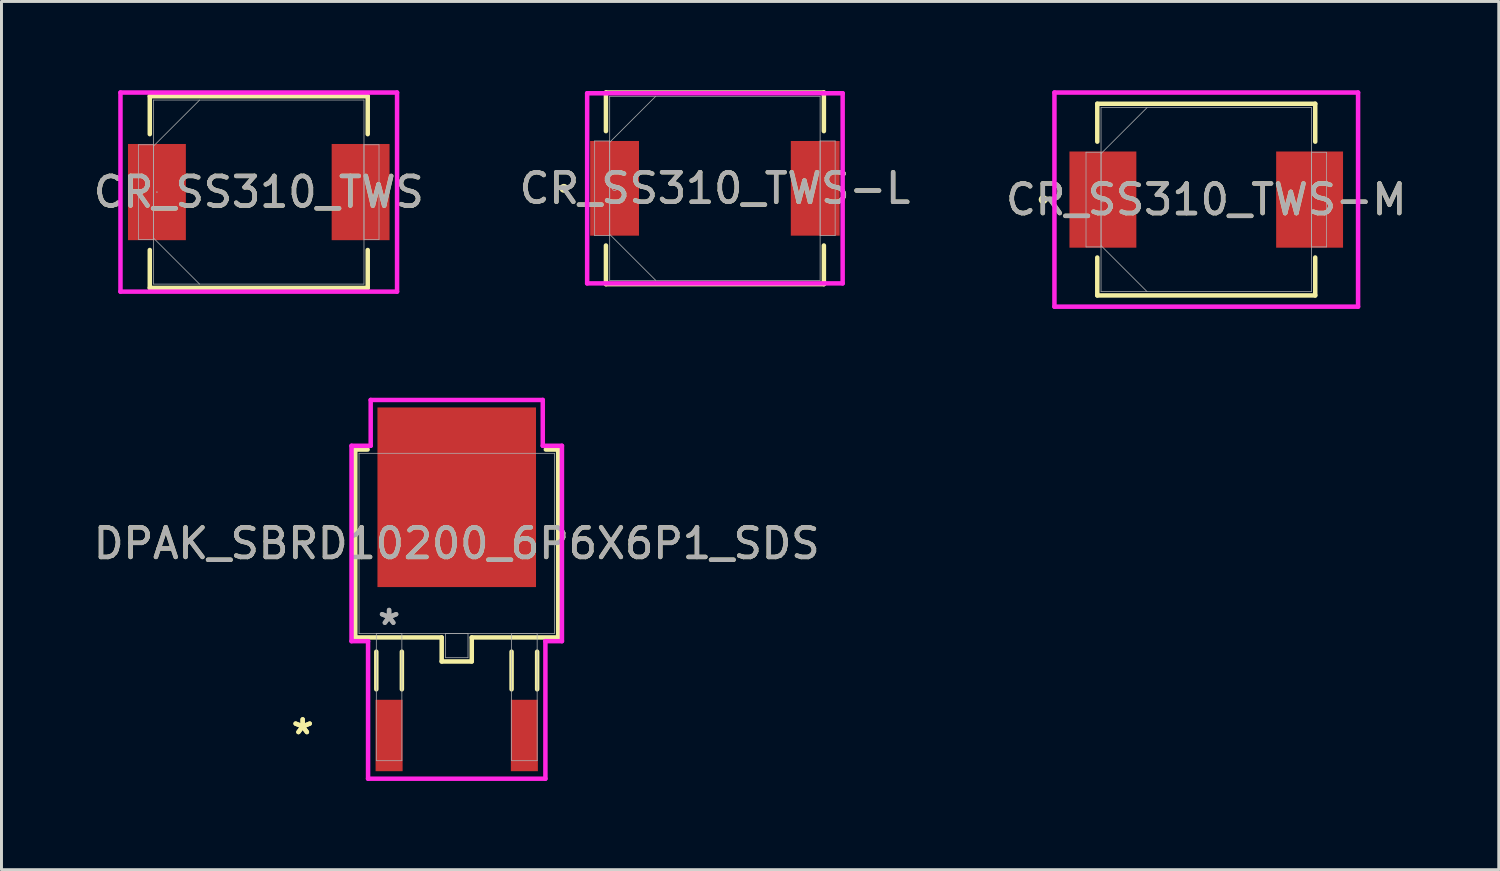
<source format=kicad_pcb>
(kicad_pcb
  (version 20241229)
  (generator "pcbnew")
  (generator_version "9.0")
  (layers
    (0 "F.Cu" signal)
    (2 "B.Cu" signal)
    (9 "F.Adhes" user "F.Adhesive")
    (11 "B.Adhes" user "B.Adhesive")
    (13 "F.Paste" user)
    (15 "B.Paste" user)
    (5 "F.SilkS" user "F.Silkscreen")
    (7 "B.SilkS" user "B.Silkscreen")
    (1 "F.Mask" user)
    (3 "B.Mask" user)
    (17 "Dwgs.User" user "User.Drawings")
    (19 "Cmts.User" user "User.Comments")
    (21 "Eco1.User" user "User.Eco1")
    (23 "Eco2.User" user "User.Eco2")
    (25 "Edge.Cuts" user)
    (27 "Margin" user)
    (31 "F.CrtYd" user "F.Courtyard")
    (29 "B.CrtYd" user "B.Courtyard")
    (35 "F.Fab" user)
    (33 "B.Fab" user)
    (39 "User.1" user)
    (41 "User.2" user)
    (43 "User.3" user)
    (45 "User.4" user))
  (footprint "DPAK_SBRD10200_6P6X6P1_SDS"
    (layer "F.Cu")
    (at 12.387 15.319)
    (property "Reference" "DPAK_SBRD10200_6P6X6P1_SDS" (at 0 0 0) (unlocked yes) (layer "F.SilkS") (effects (font (size 1 1) (thickness 0.15))))
    (attr smd)
    (fp_line (start -3.429 -3.175) (end -3.429 3.175) (stroke (width 0.152) (type solid)) (layer "F.SilkS"))
    (fp_line (start -3.429 3.175) (end -0.508 3.175) (stroke (width 0.152) (type solid)) (layer "F.SilkS"))
    (fp_line (start -3.012 -3.175) (end -3.429 -3.175) (stroke (width 0.152) (type solid)) (layer "F.SilkS"))
    (fp_line (start -2.718 3.658) (end -2.718 4.928) (stroke (width 0.152) (type solid)) (layer "F.SilkS"))
    (fp_line (start -1.854 3.658) (end -1.854 4.928) (stroke (width 0.152) (type solid)) (layer "F.SilkS"))
    (fp_line (start -0.508 3.175) (end -0.508 3.988) (stroke (width 0.152) (type solid)) (layer "F.SilkS"))
    (fp_line (start -0.508 3.988) (end 0.508 3.988) (stroke (width 0.152) (type solid)) (layer "F.SilkS"))
    (fp_line (start 0.508 3.175) (end 3.429 3.175) (stroke (width 0.152) (type solid)) (layer "F.SilkS"))
    (fp_line (start 0.508 3.988) (end 0.508 3.175) (stroke (width 0.152) (type solid)) (layer "F.SilkS"))
    (fp_line (start 1.854 3.658) (end 1.854 4.928) (stroke (width 0.152) (type solid)) (layer "F.SilkS"))
    (fp_line (start 2.718 3.658) (end 2.718 4.928) (stroke (width 0.152) (type solid)) (layer "F.SilkS"))
    (fp_line (start 3.429 -3.175) (end 3.012 -3.175) (stroke (width 0.152) (type solid)) (layer "F.SilkS"))
    (fp_line (start 3.429 3.175) (end 3.429 -3.175) (stroke (width 0.152) (type solid)) (layer "F.SilkS"))
    (fp_line (start -3.556 -3.302) (end -2.908 -3.302) (stroke (width 0.152) (type solid)) (layer "F.CrtYd"))
    (fp_line (start -3.556 3.302) (end -3.556 -3.302) (stroke (width 0.152) (type solid)) (layer "F.CrtYd"))
    (fp_line (start -2.997 3.302) (end -3.556 3.302) (stroke (width 0.152) (type solid)) (layer "F.CrtYd"))
    (fp_line (start -2.997 7.95) (end -2.997 3.302) (stroke (width 0.152) (type solid)) (layer "F.CrtYd"))
    (fp_line (start -2.908 -4.851) (end 2.908 -4.851) (stroke (width 0.152) (type solid)) (layer "F.CrtYd"))
    (fp_line (start -2.908 -3.302) (end -2.908 -4.851) (stroke (width 0.152) (type solid)) (layer "F.CrtYd"))
    (fp_line (start 2.908 -4.851) (end 2.908 -3.302) (stroke (width 0.152) (type solid)) (layer "F.CrtYd"))
    (fp_line (start 2.908 -3.302) (end 3.556 -3.302) (stroke (width 0.152) (type solid)) (layer "F.CrtYd"))
    (fp_line (start 2.997 3.302) (end 2.997 7.95) (stroke (width 0.152) (type solid)) (layer "F.CrtYd"))
    (fp_line (start 2.997 7.95) (end -2.997 7.95) (stroke (width 0.152) (type solid)) (layer "F.CrtYd"))
    (fp_line (start 3.556 -3.302) (end 3.556 3.302) (stroke (width 0.152) (type solid)) (layer "F.CrtYd"))
    (fp_line (start 3.556 3.302) (end 2.997 3.302) (stroke (width 0.152) (type solid)) (layer "F.CrtYd"))
    (fp_line (start -3.302 -3.048) (end -3.302 3.048) (stroke (width 0.025) (type solid)) (layer "F.Fab"))
    (fp_line (start -3.302 3.048) (end 3.302 3.048) (stroke (width 0.025) (type solid)) (layer "F.Fab"))
    (fp_line (start -2.718 3.048) (end -2.718 7.341) (stroke (width 0.025) (type solid)) (layer "F.Fab"))
    (fp_line (start -2.718 7.341) (end -1.854 7.341) (stroke (width 0.025) (type solid)) (layer "F.Fab"))
    (fp_line (start -1.854 3.048) (end -2.718 3.048) (stroke (width 0.025) (type solid)) (layer "F.Fab"))
    (fp_line (start -1.854 7.341) (end -1.854 3.048) (stroke (width 0.025) (type solid)) (layer "F.Fab"))
    (fp_line (start -0.381 3.048) (end -0.381 3.861) (stroke (width 0.025) (type solid)) (layer "F.Fab"))
    (fp_line (start -0.381 3.861) (end 0.381 3.861) (stroke (width 0.025) (type solid)) (layer "F.Fab"))
    (fp_line (start 0.381 3.048) (end -0.381 3.048) (stroke (width 0.025) (type solid)) (layer "F.Fab"))
    (fp_line (start 0.381 3.861) (end 0.381 3.048) (stroke (width 0.025) (type solid)) (layer "F.Fab"))
    (fp_line (start 1.854 3.048) (end 1.854 7.341) (stroke (width 0.025) (type solid)) (layer "F.Fab"))
    (fp_line (start 1.854 7.341) (end 2.718 7.341) (stroke (width 0.025) (type solid)) (layer "F.Fab"))
    (fp_line (start 2.718 3.048) (end 1.854 3.048) (stroke (width 0.025) (type solid)) (layer "F.Fab"))
    (fp_line (start 2.718 7.341) (end 2.718 3.048) (stroke (width 0.025) (type solid)) (layer "F.Fab"))
    (fp_line (start 3.302 -3.048) (end -3.302 -3.048) (stroke (width 0.025) (type solid)) (layer "F.Fab"))
    (fp_line (start 3.302 3.048) (end 3.302 -3.048) (stroke (width 0.025) (type solid)) (layer "F.Fab"))
    (fp_text user "*" (at -5.207 6.49 0) (layer "F.SilkS") (effects (font (size 1 1) (thickness 0.15))))
    (fp_text user "*" (at -5.207 6.49 0) (unlocked yes) (layer "F.SilkS") (effects (font (size 1 1) (thickness 0.15))))
    (fp_text user "${REFERENCE}" (at 0 0 0) (unlocked yes) (layer "F.Fab") (effects (font (size 1 1) (thickness 0.15))))
    (fp_text user "*" (at -2.286 2.794 0) (layer "F.Fab") (effects (font (size 1 1) (thickness 0.15))))
    (fp_text user "*" (at -2.286 2.794 0) (unlocked yes) (layer "F.Fab") (effects (font (size 1 1) (thickness 0.15))))
    (pad "1" smd rect (at -2.286 6.49) (size 0.914 2.413) (layers "F.Cu" "F.Mask" "F.Paste"))
    (pad "2" smd rect (at 0 -1.562) (size 5.359 6.071) (layers "F.Cu" "F.Mask" "F.Paste"))
    (pad "3" smd rect (at 2.286 6.49) (size 0.914 2.413) (layers "F.Cu" "F.Mask" "F.Paste")))
  (footprint "CR_SS310_TWS"
    (layer "F.Cu")
    (at 5.696 3.442)
    (property "Reference" "CR_SS310_TWS" (at 0 0 0) (unlocked yes) (layer "F.SilkS") (effects (font (size 1 1) (thickness 0.15))))
    (attr smd)
    (fp_line (start -3.683 -3.239) (end -3.683 -1.958) (stroke (width 0.152) (type solid)) (layer "F.SilkS"))
    (fp_line (start -3.683 1.958) (end -3.683 3.239) (stroke (width 0.152) (type solid)) (layer "F.SilkS"))
    (fp_line (start -3.683 3.239) (end 3.683 3.239) (stroke (width 0.152) (type solid)) (layer "F.SilkS"))
    (fp_line (start 3.683 -3.239) (end -3.683 -3.239) (stroke (width 0.152) (type solid)) (layer "F.SilkS"))
    (fp_line (start 3.683 -1.958) (end 3.683 -3.239) (stroke (width 0.152) (type solid)) (layer "F.SilkS"))
    (fp_line (start 3.683 3.239) (end 3.683 1.958) (stroke (width 0.152) (type solid)) (layer "F.SilkS"))
    (fp_line (start -4.674 -3.365) (end 4.674 -3.365) (stroke (width 0.152) (type solid)) (layer "F.CrtYd"))
    (fp_line (start -4.674 3.365) (end -4.674 -3.365) (stroke (width 0.152) (type solid)) (layer "F.CrtYd"))
    (fp_line (start 4.674 -3.365) (end 4.674 3.365) (stroke (width 0.152) (type solid)) (layer "F.CrtYd"))
    (fp_line (start 4.674 3.365) (end -4.674 3.365) (stroke (width 0.152) (type solid)) (layer "F.CrtYd"))
    (fp_line (start -4.064 -1.6) (end -4.064 1.6) (stroke (width 0.025) (type solid)) (layer "F.Fab"))
    (fp_line (start -4.064 1.6) (end -3.556 1.6) (stroke (width 0.025) (type solid)) (layer "F.Fab"))
    (fp_line (start -3.556 -3.111) (end -3.556 3.111) (stroke (width 0.025) (type solid)) (layer "F.Fab"))
    (fp_line (start -3.556 -1.6) (end -4.064 -1.6) (stroke (width 0.025) (type solid)) (layer "F.Fab"))
    (fp_line (start -3.556 -1.556) (end -2 -3.111) (stroke (width 0.025) (type solid)) (layer "F.Fab"))
    (fp_line (start -3.556 1.556) (end -2 3.111) (stroke (width 0.025) (type solid)) (layer "F.Fab"))
    (fp_line (start -3.556 1.6) (end -3.556 -1.6) (stroke (width 0.025) (type solid)) (layer "F.Fab"))
    (fp_line (start -3.556 3.111) (end 3.556 3.111) (stroke (width 0.025) (type solid)) (layer "F.Fab"))
    (fp_line (start 3.556 -3.111) (end -3.556 -3.111) (stroke (width 0.025) (type solid)) (layer "F.Fab"))
    (fp_line (start 3.556 -1.6) (end 3.556 1.6) (stroke (width 0.025) (type solid)) (layer "F.Fab"))
    (fp_line (start 3.556 1.6) (end 4.064 1.6) (stroke (width 0.025) (type solid)) (layer "F.Fab"))
    (fp_line (start 3.556 3.111) (end 3.556 -3.111) (stroke (width 0.025) (type solid)) (layer "F.Fab"))
    (fp_line (start 4.064 -1.6) (end 3.556 -1.6) (stroke (width 0.025) (type solid)) (layer "F.Fab"))
    (fp_line (start 4.064 1.6) (end 4.064 -1.6) (stroke (width 0.025) (type solid)) (layer "F.Fab"))
    (fp_circle (center -3.442 0) (end -3.442 0) (stroke (width 0.025) (type solid)) (fill no) (layer "F.Fab"))
    (fp_text user "${REFERENCE}" (at 0 0 0) (unlocked yes) (layer "F.Fab") (effects (font (size 1 1) (thickness 0.15))))
    (pad "1" smd rect (at -3.442 0) (size 1.956 3.251) (layers "F.Cu" "F.Mask" "F.Paste"))
    (pad "2" smd rect (at 3.442 0) (size 1.956 3.251) (layers "F.Cu" "F.Mask" "F.Paste"))
    (zone (net_name "") (layer "F.Cu") (hatch full 0.508) (connect_pads) (min_thickness 0.254) (filled_areas_thickness no) (keepout (tracks not_allowed) (vias not_allowed) (pads allowed) (copperpour not_allowed) (footprints allowed)) (placement (enabled no)) (fill) (polygon (pts (xy 3.283 0.381) (xy 8.109 0.381) (xy 8.109 6.502) (xy 3.283 6.502)))))
  (footprint "CR_SS310_TWS-L"
    (layer "F.Cu")
    (at 21.113 3.315)
    (property "Reference" "CR_SS310_TWS-L" (at 0 0 0) (unlocked yes) (layer "F.SilkS") (effects (font (size 1 1) (thickness 0.15))))
    (attr smd)
    (fp_line (start -3.683 -3.239) (end -3.683 -1.933) (stroke (width 0.152) (type solid)) (layer "F.SilkS"))
    (fp_line (start -3.683 1.933) (end -3.683 3.239) (stroke (width 0.152) (type solid)) (layer "F.SilkS"))
    (fp_line (start -3.683 3.239) (end 3.683 3.239) (stroke (width 0.152) (type solid)) (layer "F.SilkS"))
    (fp_line (start 3.683 -3.239) (end -3.683 -3.239) (stroke (width 0.152) (type solid)) (layer "F.SilkS"))
    (fp_line (start 3.683 -1.933) (end 3.683 -3.239) (stroke (width 0.152) (type solid)) (layer "F.SilkS"))
    (fp_line (start 3.683 3.239) (end 3.683 1.933) (stroke (width 0.152) (type solid)) (layer "F.SilkS"))
    (fp_circle (center -5.105 0) (end -5.029 0) (stroke (width 0.152) (type solid)) (fill no) (layer "F.SilkS"))
    (fp_line (start -4.318 -3.213) (end 4.318 -3.213) (stroke (width 0.152) (type solid)) (layer "F.CrtYd"))
    (fp_line (start -4.318 3.213) (end -4.318 -3.213) (stroke (width 0.152) (type solid)) (layer "F.CrtYd"))
    (fp_line (start 4.318 -3.213) (end 4.318 3.213) (stroke (width 0.152) (type solid)) (layer "F.CrtYd"))
    (fp_line (start 4.318 3.213) (end -4.318 3.213) (stroke (width 0.152) (type solid)) (layer "F.CrtYd"))
    (fp_line (start -4.064 -1.6) (end -4.064 1.6) (stroke (width 0.025) (type solid)) (layer "F.Fab"))
    (fp_line (start -4.064 1.6) (end -3.556 1.6) (stroke (width 0.025) (type solid)) (layer "F.Fab"))
    (fp_line (start -3.556 -3.111) (end -3.556 3.111) (stroke (width 0.025) (type solid)) (layer "F.Fab"))
    (fp_line (start -3.556 -1.6) (end -4.064 -1.6) (stroke (width 0.025) (type solid)) (layer "F.Fab"))
    (fp_line (start -3.556 -1.556) (end -2 -3.111) (stroke (width 0.025) (type solid)) (layer "F.Fab"))
    (fp_line (start -3.556 1.556) (end -2 3.111) (stroke (width 0.025) (type solid)) (layer "F.Fab"))
    (fp_line (start -3.556 1.6) (end -3.556 -1.6) (stroke (width 0.025) (type solid)) (layer "F.Fab"))
    (fp_line (start -3.556 3.111) (end 3.556 3.111) (stroke (width 0.025) (type solid)) (layer "F.Fab"))
    (fp_line (start 3.556 -3.111) (end -3.556 -3.111) (stroke (width 0.025) (type solid)) (layer "F.Fab"))
    (fp_line (start 3.556 -1.6) (end 3.556 1.6) (stroke (width 0.025) (type solid)) (layer "F.Fab"))
    (fp_line (start 3.556 1.6) (end 4.064 1.6) (stroke (width 0.025) (type solid)) (layer "F.Fab"))
    (fp_line (start 3.556 3.111) (end 3.556 -3.111) (stroke (width 0.025) (type solid)) (layer "F.Fab"))
    (fp_line (start 4.064 -1.6) (end 3.556 -1.6) (stroke (width 0.025) (type solid)) (layer "F.Fab"))
    (fp_line (start 4.064 1.6) (end 4.064 -1.6) (stroke (width 0.025) (type solid)) (layer "F.Fab"))
    (fp_circle (center -3.391 0) (end -3.315 0) (stroke (width 0.025) (type solid)) (fill no) (layer "F.Fab"))
    (fp_text user "${REFERENCE}" (at 0 0 0) (unlocked yes) (layer "F.Fab") (effects (font (size 1 1) (thickness 0.15))))
    (pad "1" smd rect (at -3.391 0) (size 1.651 3.2) (layers "F.Cu" "F.Mask" "F.Paste"))
    (pad "2" smd rect (at 3.391 0) (size 1.651 3.2) (layers "F.Cu" "F.Mask" "F.Paste"))
    (zone (net_name "") (layer "F.Cu") (hatch full 0.508) (connect_pads) (min_thickness 0.254) (filled_areas_thickness no) (keepout (tracks not_allowed) (vias not_allowed) (pads allowed) (copperpour not_allowed) (footprints allowed)) (placement (enabled no)) (fill) (polygon (pts (xy 18.598 0.254) (xy 23.628 0.254) (xy 23.628 6.375) (xy 18.598 6.375)))))
  (footprint "CR_SS310_TWS-M"
    (layer "F.Cu")
    (at 37.72 3.696)
    (property "Reference" "CR_SS310_TWS-M" (at 0 0 0) (unlocked yes) (layer "F.SilkS") (effects (font (size 1 1) (thickness 0.15))))
    (attr smd)
    (fp_line (start -3.683 -3.239) (end -3.683 -1.958) (stroke (width 0.152) (type solid)) (layer "F.SilkS"))
    (fp_line (start -3.683 1.958) (end -3.683 3.239) (stroke (width 0.152) (type solid)) (layer "F.SilkS"))
    (fp_line (start -3.683 3.239) (end 3.683 3.239) (stroke (width 0.152) (type solid)) (layer "F.SilkS"))
    (fp_line (start 3.683 -3.239) (end -3.683 -3.239) (stroke (width 0.152) (type solid)) (layer "F.SilkS"))
    (fp_line (start 3.683 -1.958) (end 3.683 -3.239) (stroke (width 0.152) (type solid)) (layer "F.SilkS"))
    (fp_line (start 3.683 3.239) (end 3.683 1.958) (stroke (width 0.152) (type solid)) (layer "F.SilkS"))
    (fp_circle (center -5.512 0) (end -5.436 0) (stroke (width 0.152) (type solid)) (fill no) (layer "F.SilkS"))
    (fp_line (start -5.131 -3.619) (end 5.131 -3.619) (stroke (width 0.152) (type solid)) (layer "F.CrtYd"))
    (fp_line (start -5.131 3.619) (end -5.131 -3.619) (stroke (width 0.152) (type solid)) (layer "F.CrtYd"))
    (fp_line (start 5.131 -3.619) (end 5.131 3.619) (stroke (width 0.152) (type solid)) (layer "F.CrtYd"))
    (fp_line (start 5.131 3.619) (end -5.131 3.619) (stroke (width 0.152) (type solid)) (layer "F.CrtYd"))
    (fp_line (start -4.064 -1.6) (end -4.064 1.6) (stroke (width 0.025) (type solid)) (layer "F.Fab"))
    (fp_line (start -4.064 1.6) (end -3.556 1.6) (stroke (width 0.025) (type solid)) (layer "F.Fab"))
    (fp_line (start -3.556 -3.111) (end -3.556 3.111) (stroke (width 0.025) (type solid)) (layer "F.Fab"))
    (fp_line (start -3.556 -1.6) (end -4.064 -1.6) (stroke (width 0.025) (type solid)) (layer "F.Fab"))
    (fp_line (start -3.556 -1.556) (end -2 -3.111) (stroke (width 0.025) (type solid)) (layer "F.Fab"))
    (fp_line (start -3.556 1.556) (end -2 3.111) (stroke (width 0.025) (type solid)) (layer "F.Fab"))
    (fp_line (start -3.556 1.6) (end -3.556 -1.6) (stroke (width 0.025) (type solid)) (layer "F.Fab"))
    (fp_line (start -3.556 3.111) (end 3.556 3.111) (stroke (width 0.025) (type solid)) (layer "F.Fab"))
    (fp_line (start 3.556 -3.111) (end -3.556 -3.111) (stroke (width 0.025) (type solid)) (layer "F.Fab"))
    (fp_line (start 3.556 -1.6) (end 3.556 1.6) (stroke (width 0.025) (type solid)) (layer "F.Fab"))
    (fp_line (start 3.556 1.6) (end 4.064 1.6) (stroke (width 0.025) (type solid)) (layer "F.Fab"))
    (fp_line (start 3.556 3.111) (end 3.556 -3.111) (stroke (width 0.025) (type solid)) (layer "F.Fab"))
    (fp_line (start 4.064 -1.6) (end 3.556 -1.6) (stroke (width 0.025) (type solid)) (layer "F.Fab"))
    (fp_line (start 4.064 1.6) (end 4.064 -1.6) (stroke (width 0.025) (type solid)) (layer "F.Fab"))
    (fp_circle (center -3.493 0) (end -3.416 0) (stroke (width 0.025) (type solid)) (fill no) (layer "F.Fab"))
    (fp_text user "${REFERENCE}" (at 0 0 0) (unlocked yes) (layer "F.Fab") (effects (font (size 1 1) (thickness 0.15))))
    (pad "1" smd rect (at -3.493 0) (size 2.261 3.251) (layers "F.Cu" "F.Mask" "F.Paste"))
    (pad "2" smd rect (at 3.493 0) (size 2.261 3.251) (layers "F.Cu" "F.Mask" "F.Paste"))
    (zone (net_name "") (layer "F.Cu") (hatch full 0.508) (connect_pads) (min_thickness 0.254) (filled_areas_thickness no) (keepout (tracks not_allowed) (vias not_allowed) (pads allowed) (copperpour not_allowed) (footprints allowed)) (placement (enabled no)) (fill) (polygon (pts (xy 35.409 0.635) (xy 40.032 0.635) (xy 40.032 6.756) (xy 35.409 6.756)))))
  (gr_rect
    (start -3 -3)
    (end 47.607 26.345)
    (stroke (width 0.1) (type default))
    (fill no)
    (layer "Edge.Cuts")))
</source>
